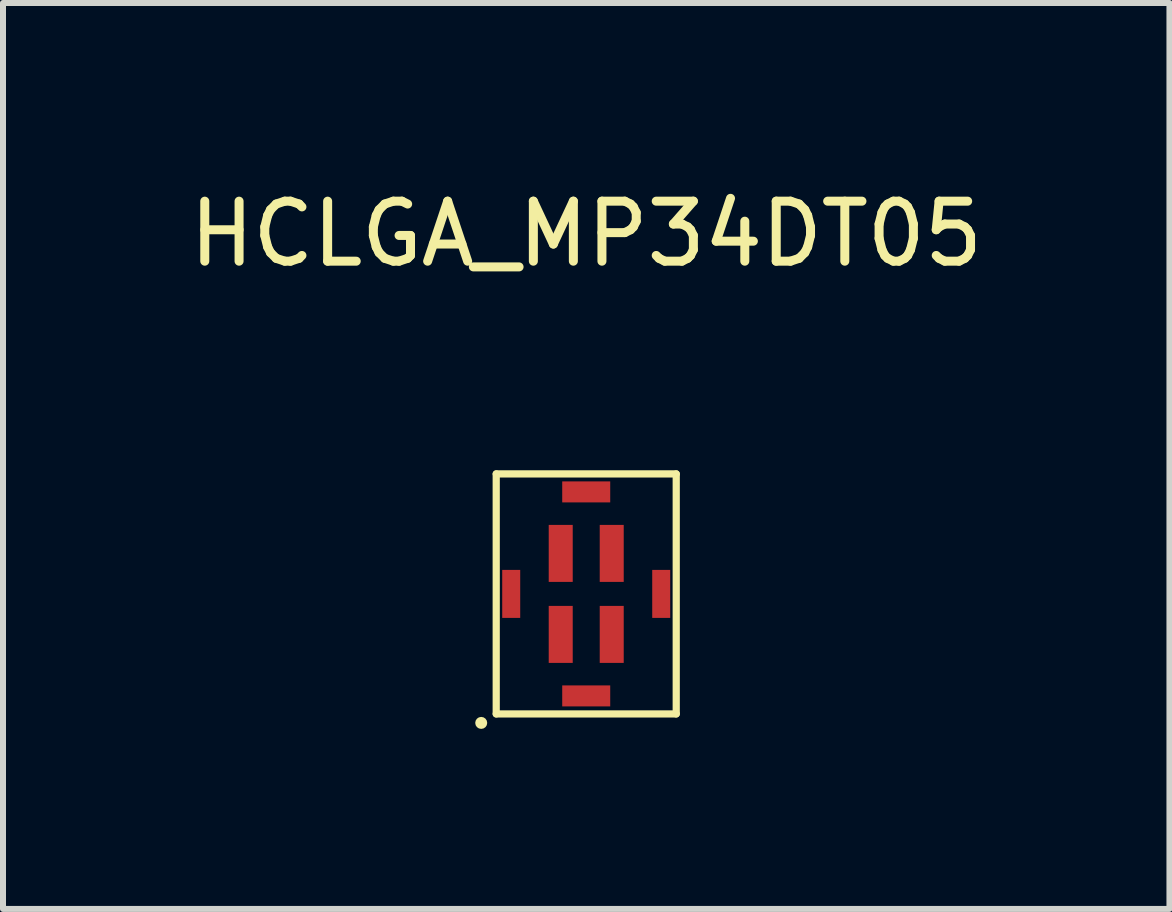
<source format=kicad_pcb>
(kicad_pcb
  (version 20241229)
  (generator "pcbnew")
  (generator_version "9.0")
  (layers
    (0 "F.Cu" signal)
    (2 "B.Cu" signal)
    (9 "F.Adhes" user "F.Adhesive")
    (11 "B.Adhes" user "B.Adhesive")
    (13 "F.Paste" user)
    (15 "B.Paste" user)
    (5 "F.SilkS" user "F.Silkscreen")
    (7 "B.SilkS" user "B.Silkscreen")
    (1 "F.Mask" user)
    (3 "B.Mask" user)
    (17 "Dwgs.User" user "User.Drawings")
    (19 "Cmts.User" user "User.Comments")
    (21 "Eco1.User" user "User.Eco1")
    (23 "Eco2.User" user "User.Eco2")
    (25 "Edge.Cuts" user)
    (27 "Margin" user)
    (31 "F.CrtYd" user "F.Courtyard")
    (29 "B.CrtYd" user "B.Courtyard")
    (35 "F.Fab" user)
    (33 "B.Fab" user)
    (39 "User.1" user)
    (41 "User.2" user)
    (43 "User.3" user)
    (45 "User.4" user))
  (footprint "HCLGA_MP34DT05"
    (layer "F.Cu")
    (at 6.72 6.848)
    (property "Reference" "HCLGA_MP34DT05" (at 0 -6 0) (layer "F.SilkS") (effects (font (size 1 1) (thickness 0.15))))
    (attr through_hole)
    (fp_line (start -1.5 -2) (end -1.5 2) (stroke (width 0.12) (type solid)) (layer "F.SilkS"))
    (fp_line (start -1.5 2) (end 1.5 2) (stroke (width 0.12) (type solid)) (layer "F.SilkS"))
    (fp_line (start 1.5 -2) (end -1.5 -2) (stroke (width 0.12) (type solid)) (layer "F.SilkS"))
    (fp_line (start 1.5 2) (end 1.5 -2) (stroke (width 0.12) (type solid)) (layer "F.SilkS"))
    (fp_circle (center -1.75 2.15) (end -1.75 2.2) (stroke (width 0.1) (type solid)) (fill no) (layer "F.SilkS"))
    (pad "1" smd rect (at -0.425 0.675) (size 0.4 0.95) (layers "F.Cu" "F.Mask" "F.Paste"))
    (pad "2" smd rect (at -0.425 -0.675) (size 0.4 0.95) (layers "F.Cu" "F.Mask" "F.Paste"))
    (pad "3" smd rect (at 0.425 -0.675) (size 0.4 0.95) (layers "F.Cu" "F.Mask" "F.Paste"))
    (pad "4" smd rect (at 0.425 0.675) (size 0.4 0.95) (layers "F.Cu" "F.Mask" "F.Paste"))
    (pad "5" smd rect (at -1.25 0) (size 0.3 0.8) (layers "F.Cu" "F.Mask" "F.Paste"))
    (pad "5" smd rect (at 0 -1.7) (size 0.8 0.35) (layers "F.Cu" "F.Mask" "F.Paste"))
    (pad "5" smd rect (at 0 1.7) (size 0.8 0.35) (layers "F.Cu" "F.Mask" "F.Paste"))
    (pad "5" smd rect (at 1.25 0) (size 0.3 0.8) (layers "F.Cu" "F.Mask" "F.Paste")))
  (gr_rect
    (start -3 -3)
    (end 16.44 12.098)
    (stroke (width 0.1) (type default))
    (fill no)
    (layer "Edge.Cuts")))
</source>
